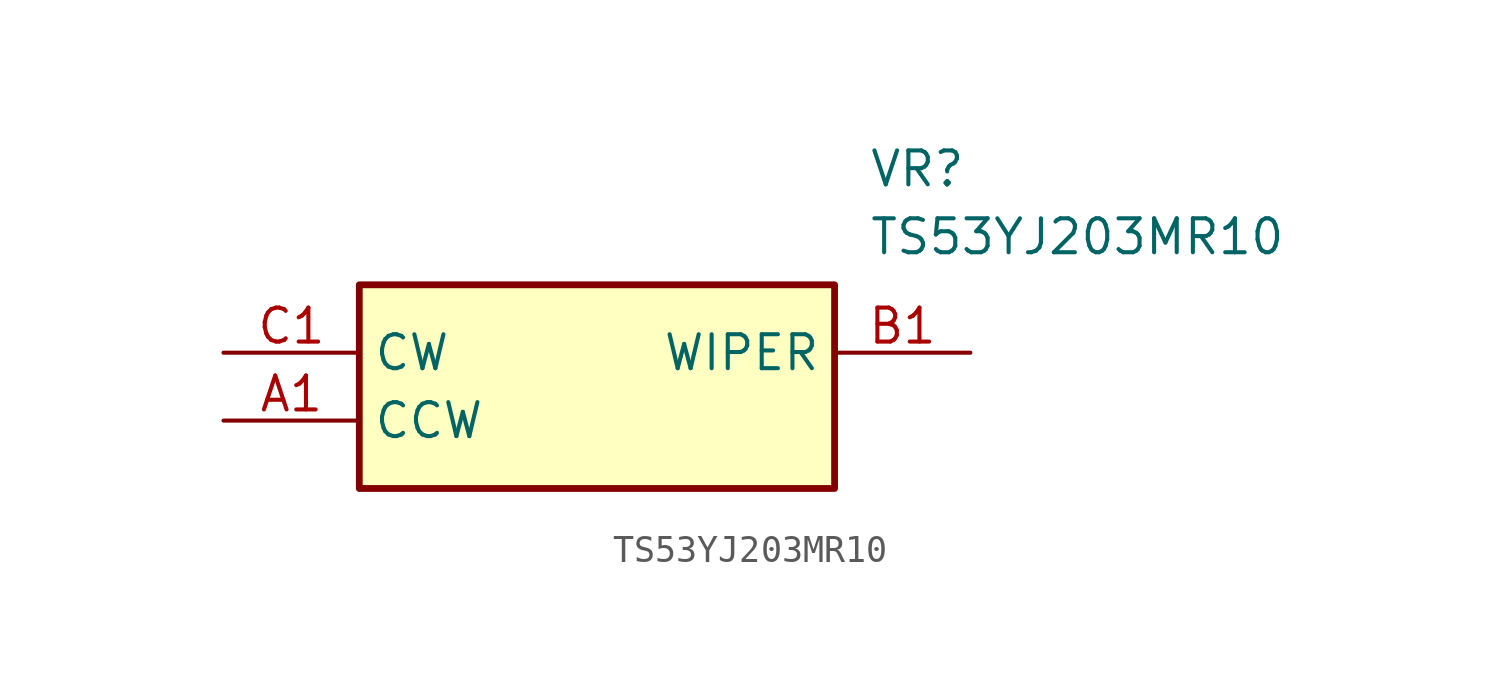
<source format=kicad_sym>
(kicad_symbol_lib
  (version 20211014)
  (generator SamacSys_ECAD_Model)
  (symbol "TS53YJ203MR10"
    (property "Reference" "VR"
      (at 24.13 7.62 0)
      (effects (font (size 1.27 1.27)) (justify left top)))
    (property "Value" "TS53YJ203MR10"
      (at 24.13 5.08 0)
      (effects (font (size 1.27 1.27)) (justify left top)))
    (rectangle
      (start 5.08 2.54)
      (end 22.86 -5.08)
      (stroke (width 0.254) (type default))
      (fill (type background)))
    (pin passive line
      (at 0 -2.54 0)
      (length 5.08)
      (name "CCW" (effects (font (size 1.27 1.27))))
      (number "A1" (effects (font (size 1.27 1.27)))))
    (pin passive line
      (at 27.94 0 180)
      (length 5.08)
      (name "WIPER" (effects (font (size 1.27 1.27))))
      (number "B1" (effects (font (size 1.27 1.27)))))
    (pin passive line
      (at 0 0 0)
      (length 5.08)
      (name "CW" (effects (font (size 1.27 1.27))))
      (number "C1" (effects (font (size 1.27 1.27)))))))
</source>
